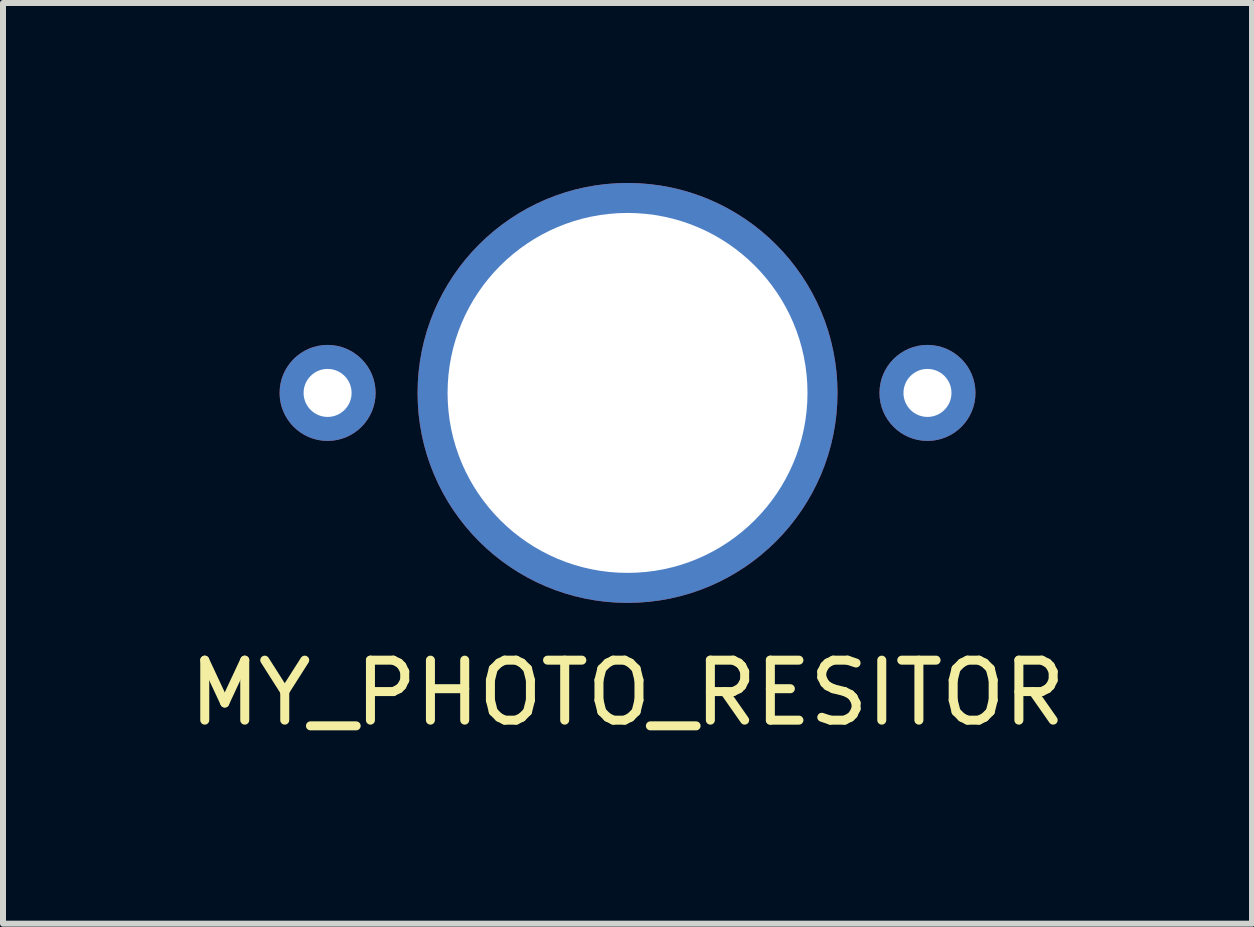
<source format=kicad_pcb>
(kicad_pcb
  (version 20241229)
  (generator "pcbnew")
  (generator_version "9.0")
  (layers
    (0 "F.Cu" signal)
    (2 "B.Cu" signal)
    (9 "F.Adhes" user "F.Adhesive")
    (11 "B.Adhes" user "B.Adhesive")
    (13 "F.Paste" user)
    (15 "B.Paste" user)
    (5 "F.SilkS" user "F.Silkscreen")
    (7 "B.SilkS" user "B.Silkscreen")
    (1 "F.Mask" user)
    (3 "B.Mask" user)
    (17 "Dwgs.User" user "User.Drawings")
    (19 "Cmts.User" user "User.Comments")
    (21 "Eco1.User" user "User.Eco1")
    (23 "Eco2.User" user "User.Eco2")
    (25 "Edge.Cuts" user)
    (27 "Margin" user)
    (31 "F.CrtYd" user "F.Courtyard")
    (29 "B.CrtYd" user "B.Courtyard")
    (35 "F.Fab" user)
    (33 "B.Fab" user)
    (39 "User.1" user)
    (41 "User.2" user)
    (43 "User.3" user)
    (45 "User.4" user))
  (footprint "MY_PHOTO_RESITOR"
    (layer "F.Cu")
    (at 7.411 3.5)
    (property "Reference" "MY_PHOTO_RESITOR" (at 0 5 0) (layer "F.SilkS") (effects (font (size 1 1) (thickness 0.15))))
    (attr through_hole)
    (pad "" np_thru_hole circle (at 0 0) (size 7 7) (drill 6) (layers "*.Cu" "*.Mask"))
    (pad "1" thru_hole circle (at -5 0) (size 1.6 1.6) (drill 0.8) (layers "*.Cu" "*.Mask"))
    (pad "2" thru_hole circle (at 5 0) (size 1.6 1.6) (drill 0.8) (layers "*.Cu" "*.Mask")))
  (gr_rect
    (start -3 -3)
    (end 17.821 12.348)
    (stroke (width 0.1) (type default))
    (fill no)
    (layer "Edge.Cuts")))
</source>
